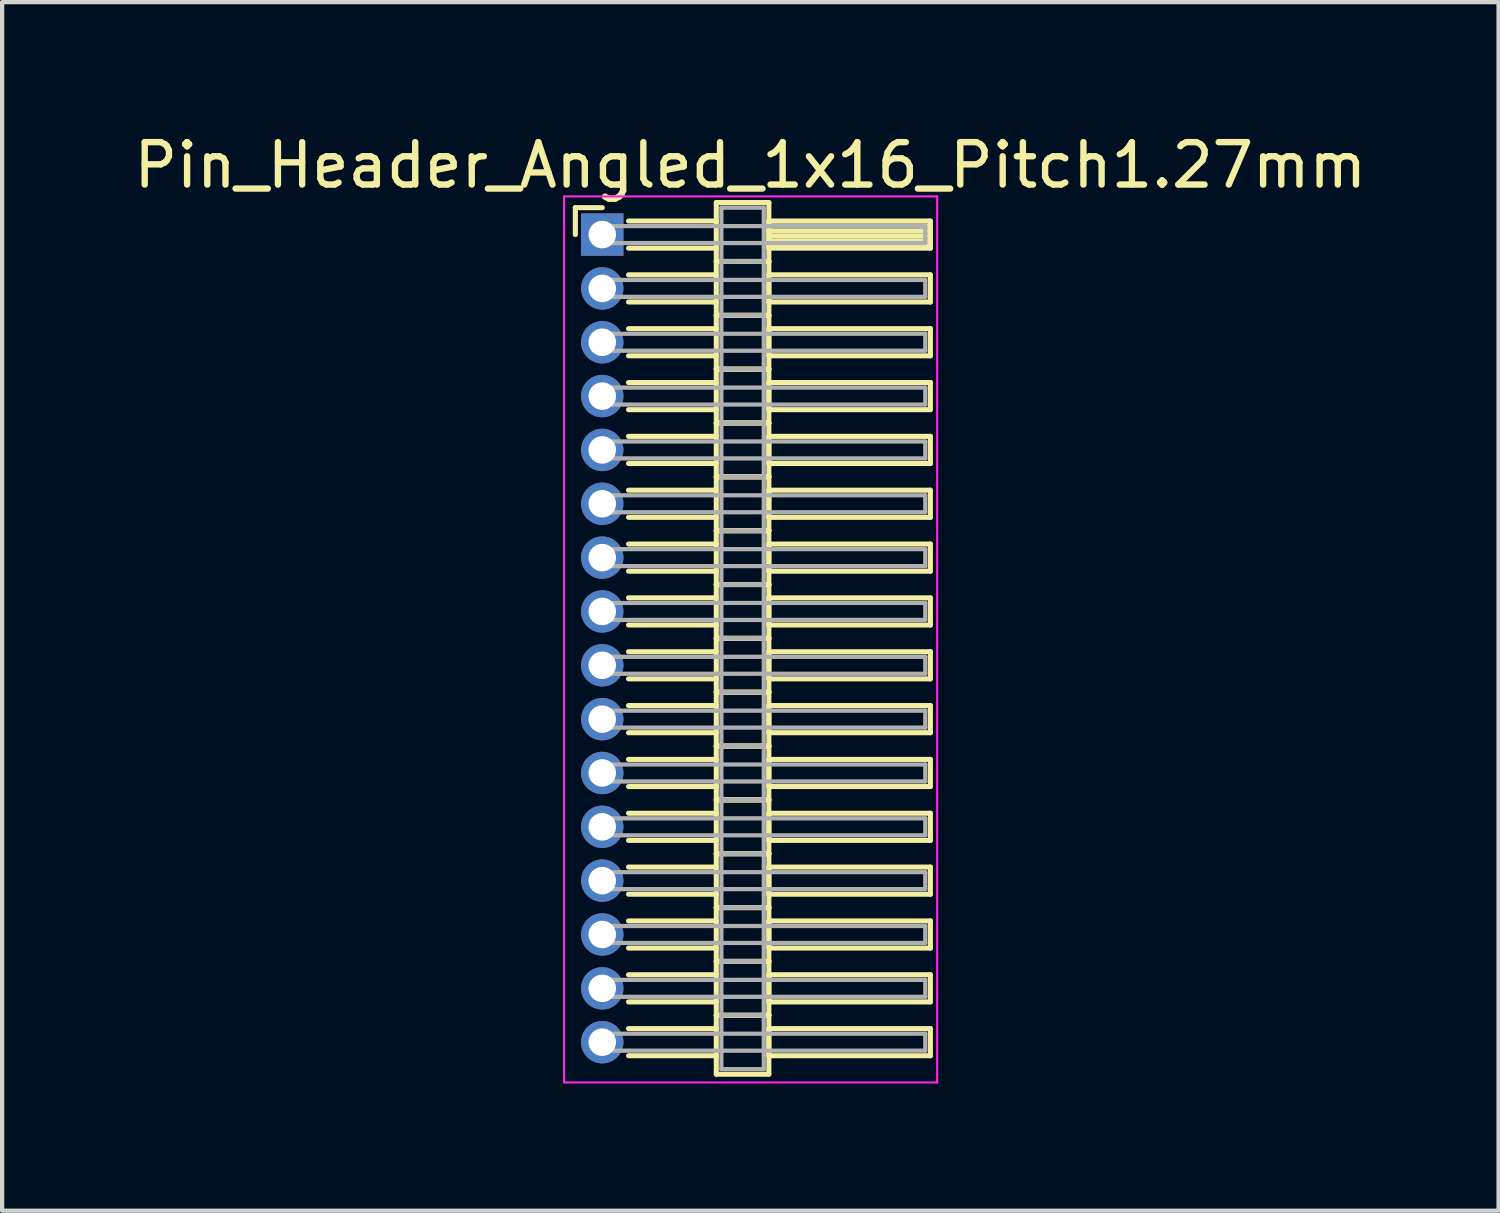
<source format=kicad_pcb>
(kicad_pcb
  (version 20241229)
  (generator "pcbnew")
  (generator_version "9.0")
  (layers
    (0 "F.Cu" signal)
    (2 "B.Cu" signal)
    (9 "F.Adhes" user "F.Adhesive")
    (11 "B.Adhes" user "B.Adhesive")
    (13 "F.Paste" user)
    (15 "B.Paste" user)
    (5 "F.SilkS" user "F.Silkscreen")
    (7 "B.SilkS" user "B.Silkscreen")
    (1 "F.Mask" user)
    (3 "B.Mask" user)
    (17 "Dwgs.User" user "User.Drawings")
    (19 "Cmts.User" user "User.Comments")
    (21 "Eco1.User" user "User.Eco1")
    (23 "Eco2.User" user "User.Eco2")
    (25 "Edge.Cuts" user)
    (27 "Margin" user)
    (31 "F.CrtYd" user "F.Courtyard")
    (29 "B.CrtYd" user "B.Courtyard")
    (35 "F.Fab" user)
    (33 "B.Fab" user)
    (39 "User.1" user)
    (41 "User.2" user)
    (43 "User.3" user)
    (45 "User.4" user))
  (footprint "Pin_Header_Angled_1x16_Pitch1.27mm"
    (layer "F.Cu")
    (at 11.156 2.483)
    (property "Reference" "Pin_Header_Angled_1x16_Pitch1.27mm" (at 3.493 -1.635 0) (layer "F.SilkS") (effects (font (size 1 1) (thickness 0.15))))
    (attr through_hole)
    (fp_line (start -0.635 -0.635) (end 0 -0.635) (stroke (width 0.12) (type solid)) (layer "F.SilkS"))
    (fp_line (start -0.635 0) (end -0.635 -0.635) (stroke (width 0.12) (type solid)) (layer "F.SilkS"))
    (fp_line (start 0.62 -0.32) (end 2.69 -0.32) (stroke (width 0.12) (type solid)) (layer "F.SilkS"))
    (fp_line (start 0.62 0.32) (end 2.69 0.32) (stroke (width 0.12) (type solid)) (layer "F.SilkS"))
    (fp_line (start 0.62 0.95) (end 2.69 0.95) (stroke (width 0.12) (type solid)) (layer "F.SilkS"))
    (fp_line (start 0.62 1.59) (end 2.69 1.59) (stroke (width 0.12) (type solid)) (layer "F.SilkS"))
    (fp_line (start 0.62 2.22) (end 2.69 2.22) (stroke (width 0.12) (type solid)) (layer "F.SilkS"))
    (fp_line (start 0.62 2.86) (end 2.69 2.86) (stroke (width 0.12) (type solid)) (layer "F.SilkS"))
    (fp_line (start 0.62 3.49) (end 2.69 3.49) (stroke (width 0.12) (type solid)) (layer "F.SilkS"))
    (fp_line (start 0.62 4.13) (end 2.69 4.13) (stroke (width 0.12) (type solid)) (layer "F.SilkS"))
    (fp_line (start 0.62 4.76) (end 2.69 4.76) (stroke (width 0.12) (type solid)) (layer "F.SilkS"))
    (fp_line (start 0.62 5.4) (end 2.69 5.4) (stroke (width 0.12) (type solid)) (layer "F.SilkS"))
    (fp_line (start 0.62 6.03) (end 2.69 6.03) (stroke (width 0.12) (type solid)) (layer "F.SilkS"))
    (fp_line (start 0.62 6.67) (end 2.69 6.67) (stroke (width 0.12) (type solid)) (layer "F.SilkS"))
    (fp_line (start 0.62 7.3) (end 2.69 7.3) (stroke (width 0.12) (type solid)) (layer "F.SilkS"))
    (fp_line (start 0.62 7.94) (end 2.69 7.94) (stroke (width 0.12) (type solid)) (layer "F.SilkS"))
    (fp_line (start 0.62 8.57) (end 2.69 8.57) (stroke (width 0.12) (type solid)) (layer "F.SilkS"))
    (fp_line (start 0.62 9.21) (end 2.69 9.21) (stroke (width 0.12) (type solid)) (layer "F.SilkS"))
    (fp_line (start 0.62 9.84) (end 2.69 9.84) (stroke (width 0.12) (type solid)) (layer "F.SilkS"))
    (fp_line (start 0.62 10.48) (end 2.69 10.48) (stroke (width 0.12) (type solid)) (layer "F.SilkS"))
    (fp_line (start 0.62 11.11) (end 2.69 11.11) (stroke (width 0.12) (type solid)) (layer "F.SilkS"))
    (fp_line (start 0.62 11.75) (end 2.69 11.75) (stroke (width 0.12) (type solid)) (layer "F.SilkS"))
    (fp_line (start 0.62 12.38) (end 2.69 12.38) (stroke (width 0.12) (type solid)) (layer "F.SilkS"))
    (fp_line (start 0.62 13.02) (end 2.69 13.02) (stroke (width 0.12) (type solid)) (layer "F.SilkS"))
    (fp_line (start 0.62 13.65) (end 2.69 13.65) (stroke (width 0.12) (type solid)) (layer "F.SilkS"))
    (fp_line (start 0.62 14.29) (end 2.69 14.29) (stroke (width 0.12) (type solid)) (layer "F.SilkS"))
    (fp_line (start 0.62 14.92) (end 2.69 14.92) (stroke (width 0.12) (type solid)) (layer "F.SilkS"))
    (fp_line (start 0.62 15.56) (end 2.69 15.56) (stroke (width 0.12) (type solid)) (layer "F.SilkS"))
    (fp_line (start 0.62 16.19) (end 2.69 16.19) (stroke (width 0.12) (type solid)) (layer "F.SilkS"))
    (fp_line (start 0.62 16.83) (end 2.69 16.83) (stroke (width 0.12) (type solid)) (layer "F.SilkS"))
    (fp_line (start 0.62 17.46) (end 2.69 17.46) (stroke (width 0.12) (type solid)) (layer "F.SilkS"))
    (fp_line (start 0.62 18.1) (end 2.69 18.1) (stroke (width 0.12) (type solid)) (layer "F.SilkS"))
    (fp_line (start 0.62 18.73) (end 2.69 18.73) (stroke (width 0.12) (type solid)) (layer "F.SilkS"))
    (fp_line (start 0.62 19.37) (end 2.69 19.37) (stroke (width 0.12) (type solid)) (layer "F.SilkS"))
    (fp_line (start 2.69 -0.755) (end 2.69 0.635) (stroke (width 0.12) (type solid)) (layer "F.SilkS"))
    (fp_line (start 2.69 0.635) (end 2.69 1.905) (stroke (width 0.12) (type solid)) (layer "F.SilkS"))
    (fp_line (start 2.69 0.635) (end 3.93 0.635) (stroke (width 0.12) (type solid)) (layer "F.SilkS"))
    (fp_line (start 2.69 1.905) (end 2.69 3.175) (stroke (width 0.12) (type solid)) (layer "F.SilkS"))
    (fp_line (start 2.69 1.905) (end 3.93 1.905) (stroke (width 0.12) (type solid)) (layer "F.SilkS"))
    (fp_line (start 2.69 3.175) (end 2.69 4.445) (stroke (width 0.12) (type solid)) (layer "F.SilkS"))
    (fp_line (start 2.69 3.175) (end 3.93 3.175) (stroke (width 0.12) (type solid)) (layer "F.SilkS"))
    (fp_line (start 2.69 4.445) (end 2.69 5.715) (stroke (width 0.12) (type solid)) (layer "F.SilkS"))
    (fp_line (start 2.69 4.445) (end 3.93 4.445) (stroke (width 0.12) (type solid)) (layer "F.SilkS"))
    (fp_line (start 2.69 5.715) (end 2.69 6.985) (stroke (width 0.12) (type solid)) (layer "F.SilkS"))
    (fp_line (start 2.69 5.715) (end 3.93 5.715) (stroke (width 0.12) (type solid)) (layer "F.SilkS"))
    (fp_line (start 2.69 6.985) (end 2.69 8.255) (stroke (width 0.12) (type solid)) (layer "F.SilkS"))
    (fp_line (start 2.69 6.985) (end 3.93 6.985) (stroke (width 0.12) (type solid)) (layer "F.SilkS"))
    (fp_line (start 2.69 8.255) (end 2.69 9.525) (stroke (width 0.12) (type solid)) (layer "F.SilkS"))
    (fp_line (start 2.69 8.255) (end 3.93 8.255) (stroke (width 0.12) (type solid)) (layer "F.SilkS"))
    (fp_line (start 2.69 9.525) (end 2.69 10.795) (stroke (width 0.12) (type solid)) (layer "F.SilkS"))
    (fp_line (start 2.69 9.525) (end 3.93 9.525) (stroke (width 0.12) (type solid)) (layer "F.SilkS"))
    (fp_line (start 2.69 10.795) (end 2.69 12.065) (stroke (width 0.12) (type solid)) (layer "F.SilkS"))
    (fp_line (start 2.69 10.795) (end 3.93 10.795) (stroke (width 0.12) (type solid)) (layer "F.SilkS"))
    (fp_line (start 2.69 12.065) (end 2.69 13.335) (stroke (width 0.12) (type solid)) (layer "F.SilkS"))
    (fp_line (start 2.69 12.065) (end 3.93 12.065) (stroke (width 0.12) (type solid)) (layer "F.SilkS"))
    (fp_line (start 2.69 13.335) (end 2.69 14.605) (stroke (width 0.12) (type solid)) (layer "F.SilkS"))
    (fp_line (start 2.69 13.335) (end 3.93 13.335) (stroke (width 0.12) (type solid)) (layer "F.SilkS"))
    (fp_line (start 2.69 14.605) (end 2.69 15.875) (stroke (width 0.12) (type solid)) (layer "F.SilkS"))
    (fp_line (start 2.69 14.605) (end 3.93 14.605) (stroke (width 0.12) (type solid)) (layer "F.SilkS"))
    (fp_line (start 2.69 15.875) (end 2.69 17.145) (stroke (width 0.12) (type solid)) (layer "F.SilkS"))
    (fp_line (start 2.69 15.875) (end 3.93 15.875) (stroke (width 0.12) (type solid)) (layer "F.SilkS"))
    (fp_line (start 2.69 17.145) (end 2.69 18.415) (stroke (width 0.12) (type solid)) (layer "F.SilkS"))
    (fp_line (start 2.69 17.145) (end 3.93 17.145) (stroke (width 0.12) (type solid)) (layer "F.SilkS"))
    (fp_line (start 2.69 18.415) (end 2.69 19.805) (stroke (width 0.12) (type solid)) (layer "F.SilkS"))
    (fp_line (start 2.69 18.415) (end 3.93 18.415) (stroke (width 0.12) (type solid)) (layer "F.SilkS"))
    (fp_line (start 2.69 19.805) (end 3.93 19.805) (stroke (width 0.12) (type solid)) (layer "F.SilkS"))
    (fp_line (start 3.93 -0.755) (end 2.69 -0.755) (stroke (width 0.12) (type solid)) (layer "F.SilkS"))
    (fp_line (start 3.93 -0.32) (end 3.93 0.32) (stroke (width 0.12) (type solid)) (layer "F.SilkS"))
    (fp_line (start 3.93 -0.2) (end 7.74 -0.2) (stroke (width 0.12) (type solid)) (layer "F.SilkS"))
    (fp_line (start 3.93 -0.08) (end 7.74 -0.08) (stroke (width 0.12) (type solid)) (layer "F.SilkS"))
    (fp_line (start 3.93 0.04) (end 7.74 0.04) (stroke (width 0.12) (type solid)) (layer "F.SilkS"))
    (fp_line (start 3.93 0.16) (end 7.74 0.16) (stroke (width 0.12) (type solid)) (layer "F.SilkS"))
    (fp_line (start 3.93 0.28) (end 7.74 0.28) (stroke (width 0.12) (type solid)) (layer "F.SilkS"))
    (fp_line (start 3.93 0.32) (end 7.74 0.32) (stroke (width 0.12) (type solid)) (layer "F.SilkS"))
    (fp_line (start 3.93 0.635) (end 2.69 0.635) (stroke (width 0.12) (type solid)) (layer "F.SilkS"))
    (fp_line (start 3.93 0.635) (end 3.93 -0.755) (stroke (width 0.12) (type solid)) (layer "F.SilkS"))
    (fp_line (start 3.93 0.95) (end 3.93 1.59) (stroke (width 0.12) (type solid)) (layer "F.SilkS"))
    (fp_line (start 3.93 1.59) (end 7.74 1.59) (stroke (width 0.12) (type solid)) (layer "F.SilkS"))
    (fp_line (start 3.93 1.905) (end 2.69 1.905) (stroke (width 0.12) (type solid)) (layer "F.SilkS"))
    (fp_line (start 3.93 1.905) (end 3.93 0.635) (stroke (width 0.12) (type solid)) (layer "F.SilkS"))
    (fp_line (start 3.93 2.22) (end 3.93 2.86) (stroke (width 0.12) (type solid)) (layer "F.SilkS"))
    (fp_line (start 3.93 2.86) (end 7.74 2.86) (stroke (width 0.12) (type solid)) (layer "F.SilkS"))
    (fp_line (start 3.93 3.175) (end 2.69 3.175) (stroke (width 0.12) (type solid)) (layer "F.SilkS"))
    (fp_line (start 3.93 3.175) (end 3.93 1.905) (stroke (width 0.12) (type solid)) (layer "F.SilkS"))
    (fp_line (start 3.93 3.49) (end 3.93 4.13) (stroke (width 0.12) (type solid)) (layer "F.SilkS"))
    (fp_line (start 3.93 4.13) (end 7.74 4.13) (stroke (width 0.12) (type solid)) (layer "F.SilkS"))
    (fp_line (start 3.93 4.445) (end 2.69 4.445) (stroke (width 0.12) (type solid)) (layer "F.SilkS"))
    (fp_line (start 3.93 4.445) (end 3.93 3.175) (stroke (width 0.12) (type solid)) (layer "F.SilkS"))
    (fp_line (start 3.93 4.76) (end 3.93 5.4) (stroke (width 0.12) (type solid)) (layer "F.SilkS"))
    (fp_line (start 3.93 5.4) (end 7.74 5.4) (stroke (width 0.12) (type solid)) (layer "F.SilkS"))
    (fp_line (start 3.93 5.715) (end 2.69 5.715) (stroke (width 0.12) (type solid)) (layer "F.SilkS"))
    (fp_line (start 3.93 5.715) (end 3.93 4.445) (stroke (width 0.12) (type solid)) (layer "F.SilkS"))
    (fp_line (start 3.93 6.03) (end 3.93 6.67) (stroke (width 0.12) (type solid)) (layer "F.SilkS"))
    (fp_line (start 3.93 6.67) (end 7.74 6.67) (stroke (width 0.12) (type solid)) (layer "F.SilkS"))
    (fp_line (start 3.93 6.985) (end 2.69 6.985) (stroke (width 0.12) (type solid)) (layer "F.SilkS"))
    (fp_line (start 3.93 6.985) (end 3.93 5.715) (stroke (width 0.12) (type solid)) (layer "F.SilkS"))
    (fp_line (start 3.93 7.3) (end 3.93 7.94) (stroke (width 0.12) (type solid)) (layer "F.SilkS"))
    (fp_line (start 3.93 7.94) (end 7.74 7.94) (stroke (width 0.12) (type solid)) (layer "F.SilkS"))
    (fp_line (start 3.93 8.255) (end 2.69 8.255) (stroke (width 0.12) (type solid)) (layer "F.SilkS"))
    (fp_line (start 3.93 8.255) (end 3.93 6.985) (stroke (width 0.12) (type solid)) (layer "F.SilkS"))
    (fp_line (start 3.93 8.57) (end 3.93 9.21) (stroke (width 0.12) (type solid)) (layer "F.SilkS"))
    (fp_line (start 3.93 9.21) (end 7.74 9.21) (stroke (width 0.12) (type solid)) (layer "F.SilkS"))
    (fp_line (start 3.93 9.525) (end 2.69 9.525) (stroke (width 0.12) (type solid)) (layer "F.SilkS"))
    (fp_line (start 3.93 9.525) (end 3.93 8.255) (stroke (width 0.12) (type solid)) (layer "F.SilkS"))
    (fp_line (start 3.93 9.84) (end 3.93 10.48) (stroke (width 0.12) (type solid)) (layer "F.SilkS"))
    (fp_line (start 3.93 10.48) (end 7.74 10.48) (stroke (width 0.12) (type solid)) (layer "F.SilkS"))
    (fp_line (start 3.93 10.795) (end 2.69 10.795) (stroke (width 0.12) (type solid)) (layer "F.SilkS"))
    (fp_line (start 3.93 10.795) (end 3.93 9.525) (stroke (width 0.12) (type solid)) (layer "F.SilkS"))
    (fp_line (start 3.93 11.11) (end 3.93 11.75) (stroke (width 0.12) (type solid)) (layer "F.SilkS"))
    (fp_line (start 3.93 11.75) (end 7.74 11.75) (stroke (width 0.12) (type solid)) (layer "F.SilkS"))
    (fp_line (start 3.93 12.065) (end 2.69 12.065) (stroke (width 0.12) (type solid)) (layer "F.SilkS"))
    (fp_line (start 3.93 12.065) (end 3.93 10.795) (stroke (width 0.12) (type solid)) (layer "F.SilkS"))
    (fp_line (start 3.93 12.38) (end 3.93 13.02) (stroke (width 0.12) (type solid)) (layer "F.SilkS"))
    (fp_line (start 3.93 13.02) (end 7.74 13.02) (stroke (width 0.12) (type solid)) (layer "F.SilkS"))
    (fp_line (start 3.93 13.335) (end 2.69 13.335) (stroke (width 0.12) (type solid)) (layer "F.SilkS"))
    (fp_line (start 3.93 13.335) (end 3.93 12.065) (stroke (width 0.12) (type solid)) (layer "F.SilkS"))
    (fp_line (start 3.93 13.65) (end 3.93 14.29) (stroke (width 0.12) (type solid)) (layer "F.SilkS"))
    (fp_line (start 3.93 14.29) (end 7.74 14.29) (stroke (width 0.12) (type solid)) (layer "F.SilkS"))
    (fp_line (start 3.93 14.605) (end 2.69 14.605) (stroke (width 0.12) (type solid)) (layer "F.SilkS"))
    (fp_line (start 3.93 14.605) (end 3.93 13.335) (stroke (width 0.12) (type solid)) (layer "F.SilkS"))
    (fp_line (start 3.93 14.92) (end 3.93 15.56) (stroke (width 0.12) (type solid)) (layer "F.SilkS"))
    (fp_line (start 3.93 15.56) (end 7.74 15.56) (stroke (width 0.12) (type solid)) (layer "F.SilkS"))
    (fp_line (start 3.93 15.875) (end 2.69 15.875) (stroke (width 0.12) (type solid)) (layer "F.SilkS"))
    (fp_line (start 3.93 15.875) (end 3.93 14.605) (stroke (width 0.12) (type solid)) (layer "F.SilkS"))
    (fp_line (start 3.93 16.19) (end 3.93 16.83) (stroke (width 0.12) (type solid)) (layer "F.SilkS"))
    (fp_line (start 3.93 16.83) (end 7.74 16.83) (stroke (width 0.12) (type solid)) (layer "F.SilkS"))
    (fp_line (start 3.93 17.145) (end 2.69 17.145) (stroke (width 0.12) (type solid)) (layer "F.SilkS"))
    (fp_line (start 3.93 17.145) (end 3.93 15.875) (stroke (width 0.12) (type solid)) (layer "F.SilkS"))
    (fp_line (start 3.93 17.46) (end 3.93 18.1) (stroke (width 0.12) (type solid)) (layer "F.SilkS"))
    (fp_line (start 3.93 18.1) (end 7.74 18.1) (stroke (width 0.12) (type solid)) (layer "F.SilkS"))
    (fp_line (start 3.93 18.415) (end 2.69 18.415) (stroke (width 0.12) (type solid)) (layer "F.SilkS"))
    (fp_line (start 3.93 18.415) (end 3.93 17.145) (stroke (width 0.12) (type solid)) (layer "F.SilkS"))
    (fp_line (start 3.93 18.73) (end 3.93 19.37) (stroke (width 0.12) (type solid)) (layer "F.SilkS"))
    (fp_line (start 3.93 19.37) (end 7.74 19.37) (stroke (width 0.12) (type solid)) (layer "F.SilkS"))
    (fp_line (start 3.93 19.805) (end 3.93 18.415) (stroke (width 0.12) (type solid)) (layer "F.SilkS"))
    (fp_line (start 7.74 -0.32) (end 3.93 -0.32) (stroke (width 0.12) (type solid)) (layer "F.SilkS"))
    (fp_line (start 7.74 0.32) (end 7.74 -0.32) (stroke (width 0.12) (type solid)) (layer "F.SilkS"))
    (fp_line (start 7.74 0.95) (end 3.93 0.95) (stroke (width 0.12) (type solid)) (layer "F.SilkS"))
    (fp_line (start 7.74 1.59) (end 7.74 0.95) (stroke (width 0.12) (type solid)) (layer "F.SilkS"))
    (fp_line (start 7.74 2.22) (end 3.93 2.22) (stroke (width 0.12) (type solid)) (layer "F.SilkS"))
    (fp_line (start 7.74 2.86) (end 7.74 2.22) (stroke (width 0.12) (type solid)) (layer "F.SilkS"))
    (fp_line (start 7.74 3.49) (end 3.93 3.49) (stroke (width 0.12) (type solid)) (layer "F.SilkS"))
    (fp_line (start 7.74 4.13) (end 7.74 3.49) (stroke (width 0.12) (type solid)) (layer "F.SilkS"))
    (fp_line (start 7.74 4.76) (end 3.93 4.76) (stroke (width 0.12) (type solid)) (layer "F.SilkS"))
    (fp_line (start 7.74 5.4) (end 7.74 4.76) (stroke (width 0.12) (type solid)) (layer "F.SilkS"))
    (fp_line (start 7.74 6.03) (end 3.93 6.03) (stroke (width 0.12) (type solid)) (layer "F.SilkS"))
    (fp_line (start 7.74 6.67) (end 7.74 6.03) (stroke (width 0.12) (type solid)) (layer "F.SilkS"))
    (fp_line (start 7.74 7.3) (end 3.93 7.3) (stroke (width 0.12) (type solid)) (layer "F.SilkS"))
    (fp_line (start 7.74 7.94) (end 7.74 7.3) (stroke (width 0.12) (type solid)) (layer "F.SilkS"))
    (fp_line (start 7.74 8.57) (end 3.93 8.57) (stroke (width 0.12) (type solid)) (layer "F.SilkS"))
    (fp_line (start 7.74 9.21) (end 7.74 8.57) (stroke (width 0.12) (type solid)) (layer "F.SilkS"))
    (fp_line (start 7.74 9.84) (end 3.93 9.84) (stroke (width 0.12) (type solid)) (layer "F.SilkS"))
    (fp_line (start 7.74 10.48) (end 7.74 9.84) (stroke (width 0.12) (type solid)) (layer "F.SilkS"))
    (fp_line (start 7.74 11.11) (end 3.93 11.11) (stroke (width 0.12) (type solid)) (layer "F.SilkS"))
    (fp_line (start 7.74 11.75) (end 7.74 11.11) (stroke (width 0.12) (type solid)) (layer "F.SilkS"))
    (fp_line (start 7.74 12.38) (end 3.93 12.38) (stroke (width 0.12) (type solid)) (layer "F.SilkS"))
    (fp_line (start 7.74 13.02) (end 7.74 12.38) (stroke (width 0.12) (type solid)) (layer "F.SilkS"))
    (fp_line (start 7.74 13.65) (end 3.93 13.65) (stroke (width 0.12) (type solid)) (layer "F.SilkS"))
    (fp_line (start 7.74 14.29) (end 7.74 13.65) (stroke (width 0.12) (type solid)) (layer "F.SilkS"))
    (fp_line (start 7.74 14.92) (end 3.93 14.92) (stroke (width 0.12) (type solid)) (layer "F.SilkS"))
    (fp_line (start 7.74 15.56) (end 7.74 14.92) (stroke (width 0.12) (type solid)) (layer "F.SilkS"))
    (fp_line (start 7.74 16.19) (end 3.93 16.19) (stroke (width 0.12) (type solid)) (layer "F.SilkS"))
    (fp_line (start 7.74 16.83) (end 7.74 16.19) (stroke (width 0.12) (type solid)) (layer "F.SilkS"))
    (fp_line (start 7.74 17.46) (end 3.93 17.46) (stroke (width 0.12) (type solid)) (layer "F.SilkS"))
    (fp_line (start 7.74 18.1) (end 7.74 17.46) (stroke (width 0.12) (type solid)) (layer "F.SilkS"))
    (fp_line (start 7.74 18.73) (end 3.93 18.73) (stroke (width 0.12) (type solid)) (layer "F.SilkS"))
    (fp_line (start 7.74 19.37) (end 7.74 18.73) (stroke (width 0.12) (type solid)) (layer "F.SilkS"))
    (fp_line (start -0.9 -0.9) (end -0.9 20) (stroke (width 0.05) (type solid)) (layer "F.CrtYd"))
    (fp_line (start -0.9 20) (end 7.9 20) (stroke (width 0.05) (type solid)) (layer "F.CrtYd"))
    (fp_line (start 7.9 -0.9) (end -0.9 -0.9) (stroke (width 0.05) (type solid)) (layer "F.CrtYd"))
    (fp_line (start 7.9 20) (end 7.9 -0.9) (stroke (width 0.05) (type solid)) (layer "F.CrtYd"))
    (fp_line (start 0 -0.2) (end 0 0.2) (stroke (width 0.1) (type solid)) (layer "F.Fab"))
    (fp_line (start 0 0.2) (end 7.62 0.2) (stroke (width 0.1) (type solid)) (layer "F.Fab"))
    (fp_line (start 0 1.07) (end 0 1.47) (stroke (width 0.1) (type solid)) (layer "F.Fab"))
    (fp_line (start 0 1.47) (end 7.62 1.47) (stroke (width 0.1) (type solid)) (layer "F.Fab"))
    (fp_line (start 0 2.34) (end 0 2.74) (stroke (width 0.1) (type solid)) (layer "F.Fab"))
    (fp_line (start 0 2.74) (end 7.62 2.74) (stroke (width 0.1) (type solid)) (layer "F.Fab"))
    (fp_line (start 0 3.61) (end 0 4.01) (stroke (width 0.1) (type solid)) (layer "F.Fab"))
    (fp_line (start 0 4.01) (end 7.62 4.01) (stroke (width 0.1) (type solid)) (layer "F.Fab"))
    (fp_line (start 0 4.88) (end 0 5.28) (stroke (width 0.1) (type solid)) (layer "F.Fab"))
    (fp_line (start 0 5.28) (end 7.62 5.28) (stroke (width 0.1) (type solid)) (layer "F.Fab"))
    (fp_line (start 0 6.15) (end 0 6.55) (stroke (width 0.1) (type solid)) (layer "F.Fab"))
    (fp_line (start 0 6.55) (end 7.62 6.55) (stroke (width 0.1) (type solid)) (layer "F.Fab"))
    (fp_line (start 0 7.42) (end 0 7.82) (stroke (width 0.1) (type solid)) (layer "F.Fab"))
    (fp_line (start 0 7.82) (end 7.62 7.82) (stroke (width 0.1) (type solid)) (layer "F.Fab"))
    (fp_line (start 0 8.69) (end 0 9.09) (stroke (width 0.1) (type solid)) (layer "F.Fab"))
    (fp_line (start 0 9.09) (end 7.62 9.09) (stroke (width 0.1) (type solid)) (layer "F.Fab"))
    (fp_line (start 0 9.96) (end 0 10.36) (stroke (width 0.1) (type solid)) (layer "F.Fab"))
    (fp_line (start 0 10.36) (end 7.62 10.36) (stroke (width 0.1) (type solid)) (layer "F.Fab"))
    (fp_line (start 0 11.23) (end 0 11.63) (stroke (width 0.1) (type solid)) (layer "F.Fab"))
    (fp_line (start 0 11.63) (end 7.62 11.63) (stroke (width 0.1) (type solid)) (layer "F.Fab"))
    (fp_line (start 0 12.5) (end 0 12.9) (stroke (width 0.1) (type solid)) (layer "F.Fab"))
    (fp_line (start 0 12.9) (end 7.62 12.9) (stroke (width 0.1) (type solid)) (layer "F.Fab"))
    (fp_line (start 0 13.77) (end 0 14.17) (stroke (width 0.1) (type solid)) (layer "F.Fab"))
    (fp_line (start 0 14.17) (end 7.62 14.17) (stroke (width 0.1) (type solid)) (layer "F.Fab"))
    (fp_line (start 0 15.04) (end 0 15.44) (stroke (width 0.1) (type solid)) (layer "F.Fab"))
    (fp_line (start 0 15.44) (end 7.62 15.44) (stroke (width 0.1) (type solid)) (layer "F.Fab"))
    (fp_line (start 0 16.31) (end 0 16.71) (stroke (width 0.1) (type solid)) (layer "F.Fab"))
    (fp_line (start 0 16.71) (end 7.62 16.71) (stroke (width 0.1) (type solid)) (layer "F.Fab"))
    (fp_line (start 0 17.58) (end 0 17.98) (stroke (width 0.1) (type solid)) (layer "F.Fab"))
    (fp_line (start 0 17.98) (end 7.62 17.98) (stroke (width 0.1) (type solid)) (layer "F.Fab"))
    (fp_line (start 0 18.85) (end 0 19.25) (stroke (width 0.1) (type solid)) (layer "F.Fab"))
    (fp_line (start 0 19.25) (end 7.62 19.25) (stroke (width 0.1) (type solid)) (layer "F.Fab"))
    (fp_line (start 2.81 -0.635) (end 2.81 0.635) (stroke (width 0.1) (type solid)) (layer "F.Fab"))
    (fp_line (start 2.81 0.635) (end 2.81 1.905) (stroke (width 0.1) (type solid)) (layer "F.Fab"))
    (fp_line (start 2.81 0.635) (end 3.81 0.635) (stroke (width 0.1) (type solid)) (layer "F.Fab"))
    (fp_line (start 2.81 1.905) (end 2.81 3.175) (stroke (width 0.1) (type solid)) (layer "F.Fab"))
    (fp_line (start 2.81 1.905) (end 3.81 1.905) (stroke (width 0.1) (type solid)) (layer "F.Fab"))
    (fp_line (start 2.81 3.175) (end 2.81 4.445) (stroke (width 0.1) (type solid)) (layer "F.Fab"))
    (fp_line (start 2.81 3.175) (end 3.81 3.175) (stroke (width 0.1) (type solid)) (layer "F.Fab"))
    (fp_line (start 2.81 4.445) (end 2.81 5.715) (stroke (width 0.1) (type solid)) (layer "F.Fab"))
    (fp_line (start 2.81 4.445) (end 3.81 4.445) (stroke (width 0.1) (type solid)) (layer "F.Fab"))
    (fp_line (start 2.81 5.715) (end 2.81 6.985) (stroke (width 0.1) (type solid)) (layer "F.Fab"))
    (fp_line (start 2.81 5.715) (end 3.81 5.715) (stroke (width 0.1) (type solid)) (layer "F.Fab"))
    (fp_line (start 2.81 6.985) (end 2.81 8.255) (stroke (width 0.1) (type solid)) (layer "F.Fab"))
    (fp_line (start 2.81 6.985) (end 3.81 6.985) (stroke (width 0.1) (type solid)) (layer "F.Fab"))
    (fp_line (start 2.81 8.255) (end 2.81 9.525) (stroke (width 0.1) (type solid)) (layer "F.Fab"))
    (fp_line (start 2.81 8.255) (end 3.81 8.255) (stroke (width 0.1) (type solid)) (layer "F.Fab"))
    (fp_line (start 2.81 9.525) (end 2.81 10.795) (stroke (width 0.1) (type solid)) (layer "F.Fab"))
    (fp_line (start 2.81 9.525) (end 3.81 9.525) (stroke (width 0.1) (type solid)) (layer "F.Fab"))
    (fp_line (start 2.81 10.795) (end 2.81 12.065) (stroke (width 0.1) (type solid)) (layer "F.Fab"))
    (fp_line (start 2.81 10.795) (end 3.81 10.795) (stroke (width 0.1) (type solid)) (layer "F.Fab"))
    (fp_line (start 2.81 12.065) (end 2.81 13.335) (stroke (width 0.1) (type solid)) (layer "F.Fab"))
    (fp_line (start 2.81 12.065) (end 3.81 12.065) (stroke (width 0.1) (type solid)) (layer "F.Fab"))
    (fp_line (start 2.81 13.335) (end 2.81 14.605) (stroke (width 0.1) (type solid)) (layer "F.Fab"))
    (fp_line (start 2.81 13.335) (end 3.81 13.335) (stroke (width 0.1) (type solid)) (layer "F.Fab"))
    (fp_line (start 2.81 14.605) (end 2.81 15.875) (stroke (width 0.1) (type solid)) (layer "F.Fab"))
    (fp_line (start 2.81 14.605) (end 3.81 14.605) (stroke (width 0.1) (type solid)) (layer "F.Fab"))
    (fp_line (start 2.81 15.875) (end 2.81 17.145) (stroke (width 0.1) (type solid)) (layer "F.Fab"))
    (fp_line (start 2.81 15.875) (end 3.81 15.875) (stroke (width 0.1) (type solid)) (layer "F.Fab"))
    (fp_line (start 2.81 17.145) (end 2.81 18.415) (stroke (width 0.1) (type solid)) (layer "F.Fab"))
    (fp_line (start 2.81 17.145) (end 3.81 17.145) (stroke (width 0.1) (type solid)) (layer "F.Fab"))
    (fp_line (start 2.81 18.415) (end 2.81 19.685) (stroke (width 0.1) (type solid)) (layer "F.Fab"))
    (fp_line (start 2.81 18.415) (end 3.81 18.415) (stroke (width 0.1) (type solid)) (layer "F.Fab"))
    (fp_line (start 2.81 19.685) (end 3.81 19.685) (stroke (width 0.1) (type solid)) (layer "F.Fab"))
    (fp_line (start 3.81 -0.635) (end 2.81 -0.635) (stroke (width 0.1) (type solid)) (layer "F.Fab"))
    (fp_line (start 3.81 0.635) (end 2.81 0.635) (stroke (width 0.1) (type solid)) (layer "F.Fab"))
    (fp_line (start 3.81 0.635) (end 3.81 -0.635) (stroke (width 0.1) (type solid)) (layer "F.Fab"))
    (fp_line (start 3.81 1.905) (end 2.81 1.905) (stroke (width 0.1) (type solid)) (layer "F.Fab"))
    (fp_line (start 3.81 1.905) (end 3.81 0.635) (stroke (width 0.1) (type solid)) (layer "F.Fab"))
    (fp_line (start 3.81 3.175) (end 2.81 3.175) (stroke (width 0.1) (type solid)) (layer "F.Fab"))
    (fp_line (start 3.81 3.175) (end 3.81 1.905) (stroke (width 0.1) (type solid)) (layer "F.Fab"))
    (fp_line (start 3.81 4.445) (end 2.81 4.445) (stroke (width 0.1) (type solid)) (layer "F.Fab"))
    (fp_line (start 3.81 4.445) (end 3.81 3.175) (stroke (width 0.1) (type solid)) (layer "F.Fab"))
    (fp_line (start 3.81 5.715) (end 2.81 5.715) (stroke (width 0.1) (type solid)) (layer "F.Fab"))
    (fp_line (start 3.81 5.715) (end 3.81 4.445) (stroke (width 0.1) (type solid)) (layer "F.Fab"))
    (fp_line (start 3.81 6.985) (end 2.81 6.985) (stroke (width 0.1) (type solid)) (layer "F.Fab"))
    (fp_line (start 3.81 6.985) (end 3.81 5.715) (stroke (width 0.1) (type solid)) (layer "F.Fab"))
    (fp_line (start 3.81 8.255) (end 2.81 8.255) (stroke (width 0.1) (type solid)) (layer "F.Fab"))
    (fp_line (start 3.81 8.255) (end 3.81 6.985) (stroke (width 0.1) (type solid)) (layer "F.Fab"))
    (fp_line (start 3.81 9.525) (end 2.81 9.525) (stroke (width 0.1) (type solid)) (layer "F.Fab"))
    (fp_line (start 3.81 9.525) (end 3.81 8.255) (stroke (width 0.1) (type solid)) (layer "F.Fab"))
    (fp_line (start 3.81 10.795) (end 2.81 10.795) (stroke (width 0.1) (type solid)) (layer "F.Fab"))
    (fp_line (start 3.81 10.795) (end 3.81 9.525) (stroke (width 0.1) (type solid)) (layer "F.Fab"))
    (fp_line (start 3.81 12.065) (end 2.81 12.065) (stroke (width 0.1) (type solid)) (layer "F.Fab"))
    (fp_line (start 3.81 12.065) (end 3.81 10.795) (stroke (width 0.1) (type solid)) (layer "F.Fab"))
    (fp_line (start 3.81 13.335) (end 2.81 13.335) (stroke (width 0.1) (type solid)) (layer "F.Fab"))
    (fp_line (start 3.81 13.335) (end 3.81 12.065) (stroke (width 0.1) (type solid)) (layer "F.Fab"))
    (fp_line (start 3.81 14.605) (end 2.81 14.605) (stroke (width 0.1) (type solid)) (layer "F.Fab"))
    (fp_line (start 3.81 14.605) (end 3.81 13.335) (stroke (width 0.1) (type solid)) (layer "F.Fab"))
    (fp_line (start 3.81 15.875) (end 2.81 15.875) (stroke (width 0.1) (type solid)) (layer "F.Fab"))
    (fp_line (start 3.81 15.875) (end 3.81 14.605) (stroke (width 0.1) (type solid)) (layer "F.Fab"))
    (fp_line (start 3.81 17.145) (end 2.81 17.145) (stroke (width 0.1) (type solid)) (layer "F.Fab"))
    (fp_line (start 3.81 17.145) (end 3.81 15.875) (stroke (width 0.1) (type solid)) (layer "F.Fab"))
    (fp_line (start 3.81 18.415) (end 2.81 18.415) (stroke (width 0.1) (type solid)) (layer "F.Fab"))
    (fp_line (start 3.81 18.415) (end 3.81 17.145) (stroke (width 0.1) (type solid)) (layer "F.Fab"))
    (fp_line (start 3.81 19.685) (end 3.81 18.415) (stroke (width 0.1) (type solid)) (layer "F.Fab"))
    (fp_line (start 7.62 -0.2) (end 0 -0.2) (stroke (width 0.1) (type solid)) (layer "F.Fab"))
    (fp_line (start 7.62 0.2) (end 7.62 -0.2) (stroke (width 0.1) (type solid)) (layer "F.Fab"))
    (fp_line (start 7.62 1.07) (end 0 1.07) (stroke (width 0.1) (type solid)) (layer "F.Fab"))
    (fp_line (start 7.62 1.47) (end 7.62 1.07) (stroke (width 0.1) (type solid)) (layer "F.Fab"))
    (fp_line (start 7.62 2.34) (end 0 2.34) (stroke (width 0.1) (type solid)) (layer "F.Fab"))
    (fp_line (start 7.62 2.74) (end 7.62 2.34) (stroke (width 0.1) (type solid)) (layer "F.Fab"))
    (fp_line (start 7.62 3.61) (end 0 3.61) (stroke (width 0.1) (type solid)) (layer "F.Fab"))
    (fp_line (start 7.62 4.01) (end 7.62 3.61) (stroke (width 0.1) (type solid)) (layer "F.Fab"))
    (fp_line (start 7.62 4.88) (end 0 4.88) (stroke (width 0.1) (type solid)) (layer "F.Fab"))
    (fp_line (start 7.62 5.28) (end 7.62 4.88) (stroke (width 0.1) (type solid)) (layer "F.Fab"))
    (fp_line (start 7.62 6.15) (end 0 6.15) (stroke (width 0.1) (type solid)) (layer "F.Fab"))
    (fp_line (start 7.62 6.55) (end 7.62 6.15) (stroke (width 0.1) (type solid)) (layer "F.Fab"))
    (fp_line (start 7.62 7.42) (end 0 7.42) (stroke (width 0.1) (type solid)) (layer "F.Fab"))
    (fp_line (start 7.62 7.82) (end 7.62 7.42) (stroke (width 0.1) (type solid)) (layer "F.Fab"))
    (fp_line (start 7.62 8.69) (end 0 8.69) (stroke (width 0.1) (type solid)) (layer "F.Fab"))
    (fp_line (start 7.62 9.09) (end 7.62 8.69) (stroke (width 0.1) (type solid)) (layer "F.Fab"))
    (fp_line (start 7.62 9.96) (end 0 9.96) (stroke (width 0.1) (type solid)) (layer "F.Fab"))
    (fp_line (start 7.62 10.36) (end 7.62 9.96) (stroke (width 0.1) (type solid)) (layer "F.Fab"))
    (fp_line (start 7.62 11.23) (end 0 11.23) (stroke (width 0.1) (type solid)) (layer "F.Fab"))
    (fp_line (start 7.62 11.63) (end 7.62 11.23) (stroke (width 0.1) (type solid)) (layer "F.Fab"))
    (fp_line (start 7.62 12.5) (end 0 12.5) (stroke (width 0.1) (type solid)) (layer "F.Fab"))
    (fp_line (start 7.62 12.9) (end 7.62 12.5) (stroke (width 0.1) (type solid)) (layer "F.Fab"))
    (fp_line (start 7.62 13.77) (end 0 13.77) (stroke (width 0.1) (type solid)) (layer "F.Fab"))
    (fp_line (start 7.62 14.17) (end 7.62 13.77) (stroke (width 0.1) (type solid)) (layer "F.Fab"))
    (fp_line (start 7.62 15.04) (end 0 15.04) (stroke (width 0.1) (type solid)) (layer "F.Fab"))
    (fp_line (start 7.62 15.44) (end 7.62 15.04) (stroke (width 0.1) (type solid)) (layer "F.Fab"))
    (fp_line (start 7.62 16.31) (end 0 16.31) (stroke (width 0.1) (type solid)) (layer "F.Fab"))
    (fp_line (start 7.62 16.71) (end 7.62 16.31) (stroke (width 0.1) (type solid)) (layer "F.Fab"))
    (fp_line (start 7.62 17.58) (end 0 17.58) (stroke (width 0.1) (type solid)) (layer "F.Fab"))
    (fp_line (start 7.62 17.98) (end 7.62 17.58) (stroke (width 0.1) (type solid)) (layer "F.Fab"))
    (fp_line (start 7.62 18.85) (end 0 18.85) (stroke (width 0.1) (type solid)) (layer "F.Fab"))
    (fp_line (start 7.62 19.25) (end 7.62 18.85) (stroke (width 0.1) (type solid)) (layer "F.Fab"))
    (pad "1" thru_hole rect (at 0 0) (size 1 1) (drill 0.65) (layers "*.Cu" "*.Mask"))
    (pad "2" thru_hole oval (at 0 1.27) (size 1 1) (drill 0.65) (layers "*.Cu" "*.Mask"))
    (pad "3" thru_hole oval (at 0 2.54) (size 1 1) (drill 0.65) (layers "*.Cu" "*.Mask"))
    (pad "4" thru_hole oval (at 0 3.81) (size 1 1) (drill 0.65) (layers "*.Cu" "*.Mask"))
    (pad "5" thru_hole oval (at 0 5.08) (size 1 1) (drill 0.65) (layers "*.Cu" "*.Mask"))
    (pad "6" thru_hole oval (at 0 6.35) (size 1 1) (drill 0.65) (layers "*.Cu" "*.Mask"))
    (pad "7" thru_hole oval (at 0 7.62) (size 1 1) (drill 0.65) (layers "*.Cu" "*.Mask"))
    (pad "8" thru_hole oval (at 0 8.89) (size 1 1) (drill 0.65) (layers "*.Cu" "*.Mask"))
    (pad "9" thru_hole oval (at 0 10.16) (size 1 1) (drill 0.65) (layers "*.Cu" "*.Mask"))
    (pad "10" thru_hole oval (at 0 11.43) (size 1 1) (drill 0.65) (layers "*.Cu" "*.Mask"))
    (pad "11" thru_hole oval (at 0 12.7) (size 1 1) (drill 0.65) (layers "*.Cu" "*.Mask"))
    (pad "12" thru_hole oval (at 0 13.97) (size 1 1) (drill 0.65) (layers "*.Cu" "*.Mask"))
    (pad "13" thru_hole oval (at 0 15.24) (size 1 1) (drill 0.65) (layers "*.Cu" "*.Mask"))
    (pad "14" thru_hole oval (at 0 16.51) (size 1 1) (drill 0.65) (layers "*.Cu" "*.Mask"))
    (pad "15" thru_hole oval (at 0 17.78) (size 1 1) (drill 0.65) (layers "*.Cu" "*.Mask"))
    (pad "16" thru_hole oval (at 0 19.05) (size 1 1) (drill 0.65) (layers "*.Cu" "*.Mask")))
  (gr_rect
    (start -3 -3)
    (end 32.298 25.508)
    (stroke (width 0.1) (type default))
    (fill no)
    (layer "Edge.Cuts")))
</source>
